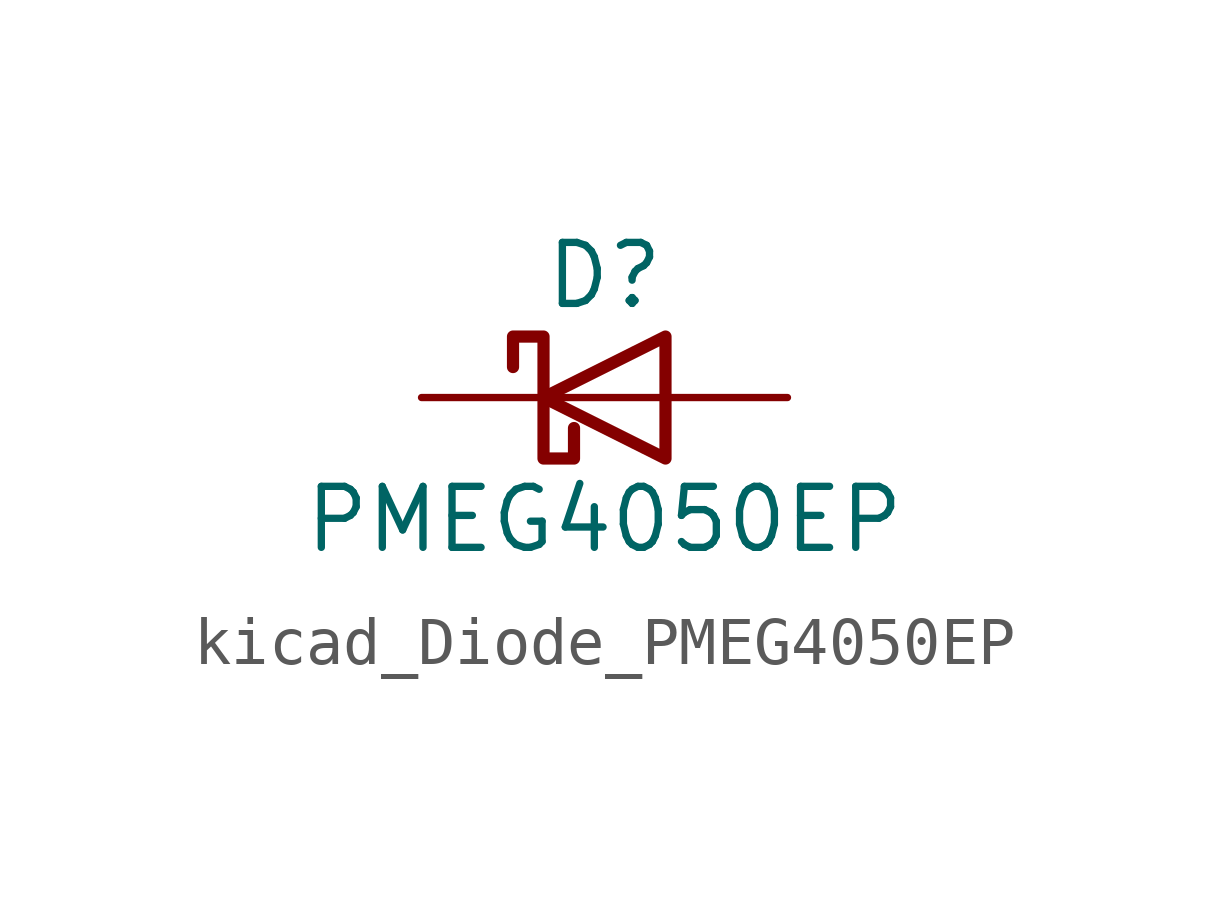
<source format=kicad_sym>
(kicad_symbol_lib
  (version 20220914)
  (generator kicad_symbol_editor)
  (symbol "kicad_Diode_PMEG4050EP"
    (pin_numbers hide)
    (pin_names hide)
    (property "Reference" "D"
      (at 0 2.54 0)
      (effects (font (size 1.27 1.27))))
    (property "Value" "PMEG4050EP"
      (at 0 -2.54 0)
      (effects (font (size 1.27 1.27))))
    (symbol "kicad_Diode_PMEG4050EP_0_1"
      (polyline (pts (xy 1.27 0) (xy -1.27 0)) (stroke (width 0) (type default)) (fill (type none)))
      (polyline (pts (xy 1.27 1.27) (xy 1.27 -1.27) (xy -1.27 0) (xy 1.27 1.27)) (stroke (width 0.254) (type default)) (fill (type none)))
      (polyline (pts (xy -1.905 0.635) (xy -1.905 1.27) (xy -1.27 1.27) (xy -1.27 -1.27) (xy -0.635 -1.27) (xy -0.635 -0.635)) (stroke (width 0.254) (type default)) (fill (type none))))
    (symbol "kicad_Diode_PMEG4050EP_1_1"
      (pin passive line (at -3.81 0 0) (length 2.54) (name "K" (effects (font (size 1.27 1.27)))) (number "1" (effects (font (size 1.27 1.27)))))
      (pin passive line (at 3.81 0 180) (length 2.54) (name "A" (effects (font (size 1.27 1.27)))) (number "2" (effects (font (size 1.27 1.27))))))))
</source>
